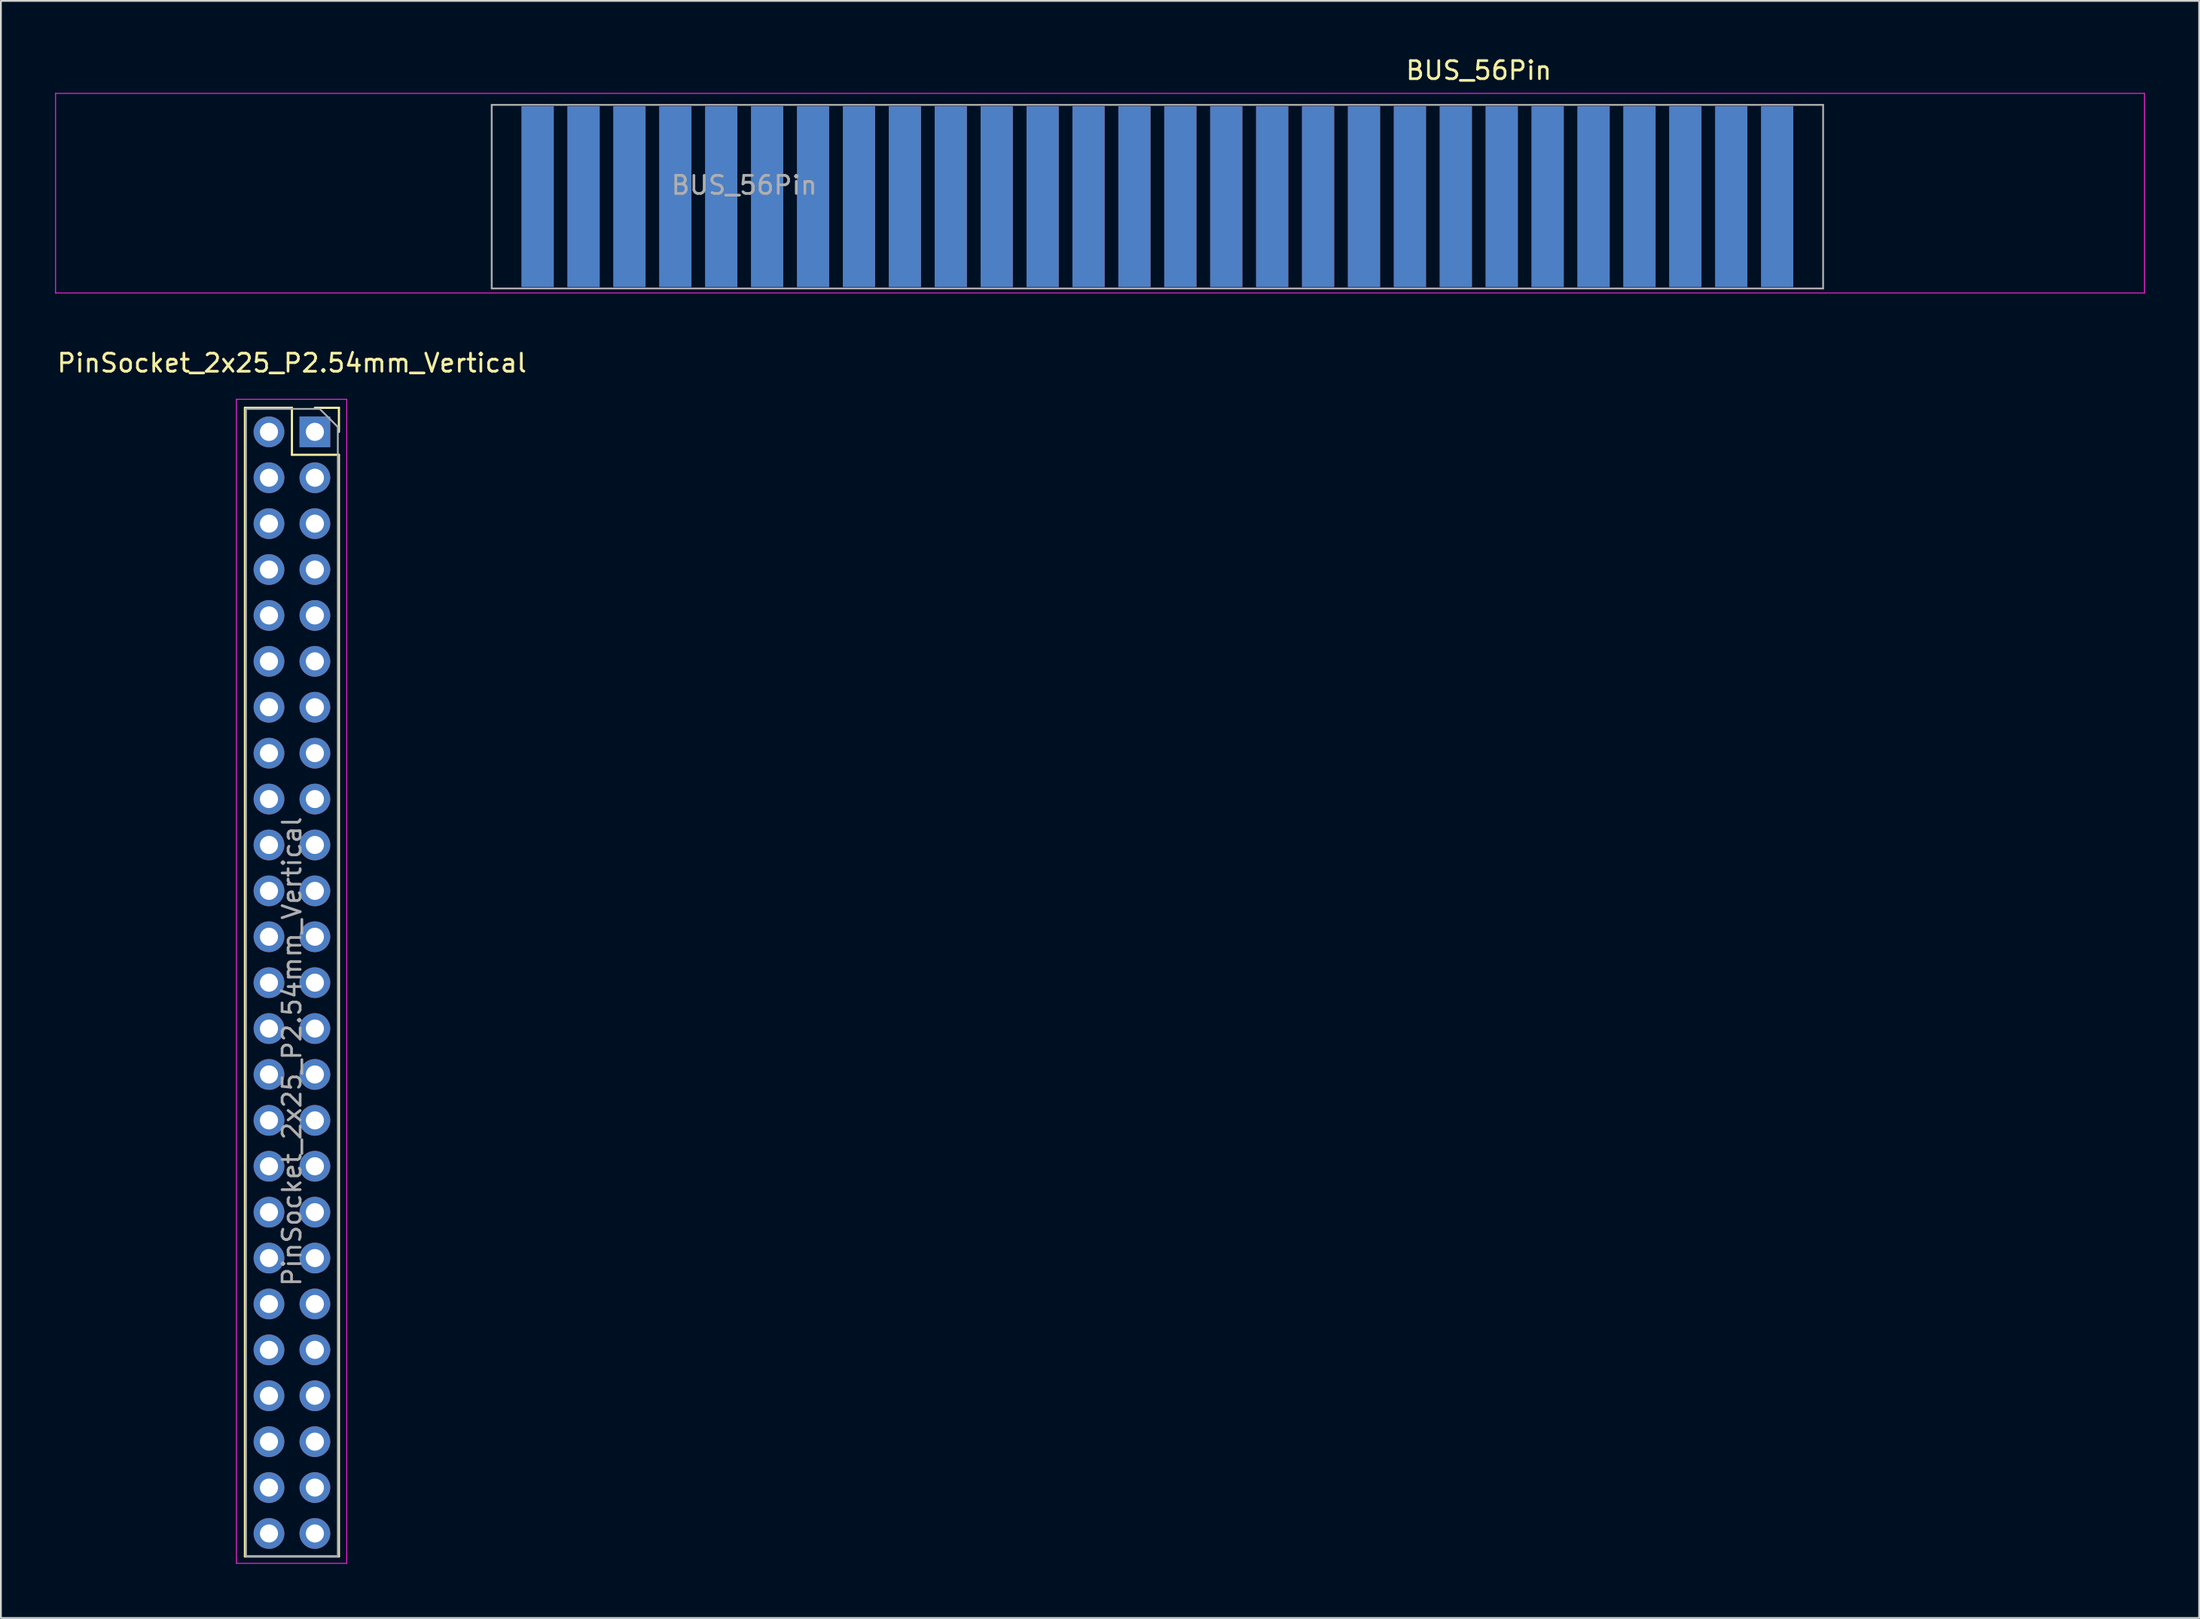
<source format=kicad_pcb>
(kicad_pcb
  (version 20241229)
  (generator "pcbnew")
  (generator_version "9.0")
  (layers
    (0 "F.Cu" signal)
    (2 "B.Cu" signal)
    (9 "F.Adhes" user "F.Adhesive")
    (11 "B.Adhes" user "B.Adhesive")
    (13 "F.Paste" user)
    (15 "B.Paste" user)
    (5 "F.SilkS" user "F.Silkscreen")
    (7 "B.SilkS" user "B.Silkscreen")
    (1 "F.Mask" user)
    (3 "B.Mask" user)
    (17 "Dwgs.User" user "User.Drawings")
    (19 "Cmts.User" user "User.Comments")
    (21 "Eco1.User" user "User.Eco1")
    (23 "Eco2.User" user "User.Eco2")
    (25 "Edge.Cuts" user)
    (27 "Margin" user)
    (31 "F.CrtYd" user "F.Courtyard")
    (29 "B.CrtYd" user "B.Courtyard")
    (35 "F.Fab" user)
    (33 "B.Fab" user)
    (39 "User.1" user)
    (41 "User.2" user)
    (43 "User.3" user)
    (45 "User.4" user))
  (footprint "PinSocket_2x25_P2.54mm_Vertical"
    (layer "F.Cu")
    (at 13.101 42.437)
    (property "Reference" "PinSocket_2x25_P2.54mm_Vertical" (at 0 -25.4 0) (layer "F.SilkS") (effects (font (size 1 1) (thickness 0.15))))
    (attr through_hole)
    (fp_line (start -2.6 -22.92) (end -2.6 40.64) (stroke (width 0.12) (type solid)) (layer "F.SilkS"))
    (fp_line (start -2.6 -22.92) (end 0 -22.92) (stroke (width 0.12) (type solid)) (layer "F.SilkS"))
    (fp_line (start -2.6 40.64) (end 2.6 40.64) (stroke (width 0.12) (type solid)) (layer "F.SilkS"))
    (fp_line (start 0 -22.92) (end 0 -20.32) (stroke (width 0.12) (type solid)) (layer "F.SilkS"))
    (fp_line (start 0 -20.32) (end 2.6 -20.32) (stroke (width 0.12) (type solid)) (layer "F.SilkS"))
    (fp_line (start 1.27 -22.92) (end 2.6 -22.92) (stroke (width 0.12) (type solid)) (layer "F.SilkS"))
    (fp_line (start 2.6 -22.92) (end 2.6 -21.59) (stroke (width 0.12) (type solid)) (layer "F.SilkS"))
    (fp_line (start 2.6 -20.32) (end 2.6 40.64) (stroke (width 0.12) (type solid)) (layer "F.SilkS"))
    (fp_line (start -3.07 -23.39) (end 3.03 -23.39) (stroke (width 0.05) (type solid)) (layer "F.CrtYd"))
    (fp_line (start -3.07 41.021) (end -3.07 -23.39) (stroke (width 0.05) (type solid)) (layer "F.CrtYd"))
    (fp_line (start 3.03 -23.39) (end 3.03 41.021) (stroke (width 0.05) (type solid)) (layer "F.CrtYd"))
    (fp_line (start 3.03 41.021) (end -3.07 41.021) (stroke (width 0.05) (type solid)) (layer "F.CrtYd"))
    (fp_line (start -2.54 -22.86) (end 1.54 -22.86) (stroke (width 0.1) (type solid)) (layer "F.Fab"))
    (fp_line (start -2.54 40.64) (end -2.54 -22.86) (stroke (width 0.1) (type solid)) (layer "F.Fab"))
    (fp_line (start 1.54 -22.86) (end 2.54 -21.86) (stroke (width 0.1) (type solid)) (layer "F.Fab"))
    (fp_line (start 2.54 -21.86) (end 2.54 40.64) (stroke (width 0.1) (type solid)) (layer "F.Fab"))
    (fp_line (start 2.54 40.64) (end -2.54 40.64) (stroke (width 0.1) (type solid)) (layer "F.Fab"))
    (fp_text user "${REFERENCE}" (at 0 12.7 90) (layer "F.Fab") (effects (font (size 1 1) (thickness 0.15))))
    (pad "a1" thru_hole rect (at 1.27 -21.59) (size 1.7 1.7) (drill 1) (layers "*.Cu" "*.Mask"))
    (pad "a2" thru_hole oval (at 1.27 -19.05) (size 1.7 1.7) (drill 1) (layers "*.Cu" "*.Mask"))
    (pad "a3" thru_hole oval (at 1.27 -16.51) (size 1.7 1.7) (drill 1) (layers "*.Cu" "*.Mask"))
    (pad "a4" thru_hole oval (at 1.27 -13.97) (size 1.7 1.7) (drill 1) (layers "*.Cu" "*.Mask"))
    (pad "a5" thru_hole oval (at 1.27 -11.43) (size 1.7 1.7) (drill 1) (layers "*.Cu" "*.Mask"))
    (pad "a6" thru_hole oval (at 1.27 -8.89) (size 1.7 1.7) (drill 1) (layers "*.Cu" "*.Mask"))
    (pad "a7" thru_hole oval (at 1.27 -6.35) (size 1.7 1.7) (drill 1) (layers "*.Cu" "*.Mask"))
    (pad "a8" thru_hole oval (at 1.27 -3.81) (size 1.7 1.7) (drill 1) (layers "*.Cu" "*.Mask"))
    (pad "a9" thru_hole oval (at 1.27 -1.27) (size 1.7 1.7) (drill 1) (layers "*.Cu" "*.Mask"))
    (pad "a10" thru_hole oval (at 1.27 1.27) (size 1.7 1.7) (drill 1) (layers "*.Cu" "*.Mask"))
    (pad "a11" thru_hole oval (at 1.27 3.81) (size 1.7 1.7) (drill 1) (layers "*.Cu" "*.Mask"))
    (pad "a12" thru_hole oval (at 1.27 6.35) (size 1.7 1.7) (drill 1) (layers "*.Cu" "*.Mask"))
    (pad "a13" thru_hole oval (at 1.27 8.89) (size 1.7 1.7) (drill 1) (layers "*.Cu" "*.Mask"))
    (pad "a14" thru_hole oval (at 1.27 11.43) (size 1.7 1.7) (drill 1) (layers "*.Cu" "*.Mask"))
    (pad "a15" thru_hole oval (at 1.27 13.97) (size 1.7 1.7) (drill 1) (layers "*.Cu" "*.Mask"))
    (pad "a16" thru_hole oval (at 1.27 16.51) (size 1.7 1.7) (drill 1) (layers "*.Cu" "*.Mask"))
    (pad "a17" thru_hole oval (at 1.27 19.05) (size 1.7 1.7) (drill 1) (layers "*.Cu" "*.Mask"))
    (pad "a18" thru_hole oval (at 1.27 21.59) (size 1.7 1.7) (drill 1) (layers "*.Cu" "*.Mask"))
    (pad "a19" thru_hole oval (at 1.27 24.13) (size 1.7 1.7) (drill 1) (layers "*.Cu" "*.Mask"))
    (pad "a20" thru_hole oval (at 1.27 26.67) (size 1.7 1.7) (drill 1) (layers "*.Cu" "*.Mask"))
    (pad "a21" thru_hole oval (at 1.27 29.21) (size 1.7 1.7) (drill 1) (layers "*.Cu" "*.Mask"))
    (pad "a22" thru_hole oval (at 1.27 31.75) (size 1.7 1.7) (drill 1) (layers "*.Cu" "*.Mask"))
    (pad "a23" thru_hole oval (at 1.27 34.29) (size 1.7 1.7) (drill 1) (layers "*.Cu" "*.Mask"))
    (pad "a24" thru_hole oval (at 1.27 36.83) (size 1.7 1.7) (drill 1) (layers "*.Cu" "*.Mask"))
    (pad "a25" thru_hole oval (at 1.27 39.37) (size 1.7 1.7) (drill 1) (layers "*.Cu" "*.Mask"))
    (pad "b1" thru_hole oval (at -1.27 -21.59) (size 1.7 1.7) (drill 1) (layers "*.Cu" "*.Mask"))
    (pad "b2" thru_hole oval (at -1.27 -19.05) (size 1.7 1.7) (drill 1) (layers "*.Cu" "*.Mask"))
    (pad "b3" thru_hole oval (at -1.27 -16.51) (size 1.7 1.7) (drill 1) (layers "*.Cu" "*.Mask"))
    (pad "b4" thru_hole oval (at -1.27 -13.97) (size 1.7 1.7) (drill 1) (layers "*.Cu" "*.Mask"))
    (pad "b5" thru_hole oval (at -1.27 -11.43) (size 1.7 1.7) (drill 1) (layers "*.Cu" "*.Mask"))
    (pad "b6" thru_hole oval (at -1.27 -8.89) (size 1.7 1.7) (drill 1) (layers "*.Cu" "*.Mask"))
    (pad "b7" thru_hole oval (at -1.27 -6.35) (size 1.7 1.7) (drill 1) (layers "*.Cu" "*.Mask"))
    (pad "b8" thru_hole oval (at -1.27 -3.81) (size 1.7 1.7) (drill 1) (layers "*.Cu" "*.Mask"))
    (pad "b9" thru_hole oval (at -1.27 -1.27) (size 1.7 1.7) (drill 1) (layers "*.Cu" "*.Mask"))
    (pad "b10" thru_hole oval (at -1.27 1.27) (size 1.7 1.7) (drill 1) (layers "*.Cu" "*.Mask"))
    (pad "b11" thru_hole oval (at -1.27 3.81) (size 1.7 1.7) (drill 1) (layers "*.Cu" "*.Mask"))
    (pad "b12" thru_hole oval (at -1.27 6.35) (size 1.7 1.7) (drill 1) (layers "*.Cu" "*.Mask"))
    (pad "b13" thru_hole oval (at -1.27 8.89) (size 1.7 1.7) (drill 1) (layers "*.Cu" "*.Mask"))
    (pad "b14" thru_hole oval (at -1.27 11.43) (size 1.7 1.7) (drill 1) (layers "*.Cu" "*.Mask"))
    (pad "b15" thru_hole oval (at -1.27 13.97) (size 1.7 1.7) (drill 1) (layers "*.Cu" "*.Mask"))
    (pad "b16" thru_hole oval (at -1.27 16.51) (size 1.7 1.7) (drill 1) (layers "*.Cu" "*.Mask"))
    (pad "b17" thru_hole oval (at -1.27 19.05) (size 1.7 1.7) (drill 1) (layers "*.Cu" "*.Mask"))
    (pad "b18" thru_hole oval (at -1.27 21.59) (size 1.7 1.7) (drill 1) (layers "*.Cu" "*.Mask"))
    (pad "b19" thru_hole oval (at -1.27 24.13) (size 1.7 1.7) (drill 1) (layers "*.Cu" "*.Mask"))
    (pad "b20" thru_hole oval (at -1.27 26.67) (size 1.7 1.7) (drill 1) (layers "*.Cu" "*.Mask"))
    (pad "b21" thru_hole oval (at -1.27 29.21) (size 1.7 1.7) (drill 1) (layers "*.Cu" "*.Mask"))
    (pad "b22" thru_hole oval (at -1.27 31.75) (size 1.7 1.7) (drill 1) (layers "*.Cu" "*.Mask"))
    (pad "b23" thru_hole oval (at -1.27 34.29) (size 1.7 1.7) (drill 1) (layers "*.Cu" "*.Mask"))
    (pad "b24" thru_hole oval (at -1.27 36.83) (size 1.7 1.7) (drill 1) (layers "*.Cu" "*.Mask"))
    (pad "b25" thru_hole oval (at -1.27 39.37) (size 1.7 1.7) (drill 1) (layers "*.Cu" "*.Mask")))
  (footprint "BUS_56Pin"
    (layer "F.Cu")
    (at 102.895 9.103)
    (property "Reference" "BUS_56Pin" (at -24.13 -8.255 0) (layer "F.SilkS") (effects (font (size 1 1) (thickness 0.15))))
    (attr exclude_from_pos_files exclude_from_bom)
    (fp_line (start -102.87 -6.985) (end 12.7 -6.985) (stroke (width 0.05) (type solid)) (layer "F.CrtYd"))
    (fp_line (start -102.87 4.06) (end -102.87 -6.985) (stroke (width 0.05) (type solid)) (layer "F.CrtYd"))
    (fp_line (start 12.7 4.06) (end -102.87 4.06) (stroke (width 0.05) (type solid)) (layer "F.CrtYd"))
    (fp_line (start 12.7 4.06) (end 12.7 -6.985) (stroke (width 0.05) (type solid)) (layer "F.CrtYd"))
    (fp_line (start -78.74 -6.35) (end -78.74 3.81) (stroke (width 0.1) (type solid)) (layer "F.Fab"))
    (fp_line (start -78.74 -6.35) (end -5.08 -6.35) (stroke (width 0.1) (type solid)) (layer "F.Fab"))
    (fp_line (start -5.08 -6.35) (end -5.08 3.81) (stroke (width 0.1) (type solid)) (layer "F.Fab"))
    (fp_line (start -5.08 3.81) (end -78.74 3.81) (stroke (width 0.1) (type solid)) (layer "F.Fab"))
    (fp_text user "${REFERENCE}" (at -64.77 -1.905 0) (layer "F.Fab") (effects (font (size 1 1) (thickness 0.15))))
    (pad "a1" connect rect (at -7.62 -1.27) (size 1.78 10) (layers "B.Cu" "B.Mask"))
    (pad "a2" connect rect (at -10.16 -1.27) (size 1.78 10) (layers "B.Cu" "B.Mask"))
    (pad "a3" connect rect (at -12.7 -1.27) (size 1.78 10) (layers "B.Cu" "B.Mask"))
    (pad "a4" connect rect (at -15.24 -1.27) (size 1.78 10) (layers "B.Cu" "B.Mask"))
    (pad "a5" connect rect (at -17.78 -1.27) (size 1.78 10) (layers "B.Cu" "B.Mask"))
    (pad "a6" connect rect (at -20.32 -1.27) (size 1.78 10) (layers "B.Cu" "B.Mask"))
    (pad "a7" connect rect (at -22.86 -1.27) (size 1.78 10) (layers "B.Cu" "B.Mask"))
    (pad "a8" connect rect (at -25.4 -1.27) (size 1.78 10) (layers "B.Cu" "B.Mask"))
    (pad "a9" connect rect (at -27.94 -1.27) (size 1.78 10) (layers "B.Cu" "B.Mask"))
    (pad "a10" connect rect (at -30.48 -1.27) (size 1.78 10) (layers "B.Cu" "B.Mask"))
    (pad "a11" connect rect (at -33.02 -1.27) (size 1.78 10) (layers "B.Cu" "B.Mask"))
    (pad "a12" connect rect (at -35.56 -1.27) (size 1.78 10) (layers "B.Cu" "B.Mask"))
    (pad "a13" connect rect (at -38.1 -1.27) (size 1.78 10) (layers "B.Cu" "B.Mask"))
    (pad "a14" connect rect (at -40.64 -1.27) (size 1.78 10) (layers "B.Cu" "B.Mask"))
    (pad "a15" connect rect (at -43.18 -1.27) (size 1.78 10) (layers "B.Cu" "B.Mask"))
    (pad "a16" connect rect (at -45.72 -1.27) (size 1.78 10) (layers "B.Cu" "B.Mask"))
    (pad "a17" connect rect (at -48.26 -1.27) (size 1.78 10) (layers "B.Cu" "B.Mask"))
    (pad "a18" connect rect (at -50.8 -1.27) (size 1.78 10) (layers "B.Cu" "B.Mask"))
    (pad "a19" connect rect (at -53.34 -1.27) (size 1.78 10) (layers "B.Cu" "B.Mask"))
    (pad "a20" connect rect (at -55.88 -1.27) (size 1.78 10) (layers "B.Cu" "B.Mask"))
    (pad "a21" connect rect (at -58.42 -1.27) (size 1.78 10) (layers "B.Cu" "B.Mask"))
    (pad "a22" connect rect (at -60.96 -1.27) (size 1.78 10) (layers "B.Cu" "B.Mask"))
    (pad "a23" connect rect (at -63.5 -1.27) (size 1.78 10) (layers "B.Cu" "B.Mask"))
    (pad "a24" connect rect (at -66.04 -1.27) (size 1.78 10) (layers "B.Cu" "B.Mask"))
    (pad "a25" connect rect (at -68.58 -1.27) (size 1.78 10) (layers "B.Cu" "B.Mask"))
    (pad "a26" connect rect (at -71.12 -1.27) (size 1.78 10) (layers "B.Cu" "B.Mask"))
    (pad "a27" connect rect (at -73.66 -1.27) (size 1.78 10) (layers "B.Cu" "B.Mask"))
    (pad "a28" connect rect (at -76.2 -1.27) (size 1.78 10) (layers "B.Cu" "B.Mask"))
    (pad "b1" connect rect (at -7.62 -1.27) (size 1.78 10) (layers "F.Cu" "F.Mask"))
    (pad "b2" connect rect (at -10.16 -1.27) (size 1.78 10) (layers "F.Cu" "F.Mask"))
    (pad "b3" connect rect (at -12.7 -1.27) (size 1.78 10) (layers "F.Cu" "F.Mask"))
    (pad "b4" connect rect (at -15.24 -1.27) (size 1.78 10) (layers "F.Cu" "F.Mask"))
    (pad "b5" connect rect (at -17.78 -1.27) (size 1.78 10) (layers "F.Cu" "F.Mask"))
    (pad "b6" connect rect (at -20.32 -1.27) (size 1.78 10) (layers "F.Cu" "F.Mask"))
    (pad "b7" connect rect (at -22.86 -1.27) (size 1.78 10) (layers "F.Cu" "F.Mask"))
    (pad "b8" connect rect (at -25.4 -1.27) (size 1.78 10) (layers "F.Cu" "F.Mask"))
    (pad "b9" connect rect (at -27.94 -1.27) (size 1.78 10) (layers "F.Cu" "F.Mask"))
    (pad "b10" connect rect (at -30.48 -1.27) (size 1.78 10) (layers "F.Cu" "F.Mask"))
    (pad "b11" connect rect (at -33.02 -1.27) (size 1.78 10) (layers "F.Cu" "F.Mask"))
    (pad "b12" connect rect (at -35.56 -1.27) (size 1.78 10) (layers "F.Cu" "F.Mask"))
    (pad "b13" connect rect (at -38.1 -1.27) (size 1.78 10) (layers "F.Cu" "F.Mask"))
    (pad "b14" connect rect (at -40.64 -1.27) (size 1.78 10) (layers "F.Cu" "F.Mask"))
    (pad "b15" connect rect (at -43.18 -1.27) (size 1.78 10) (layers "F.Cu" "F.Mask"))
    (pad "b16" connect rect (at -45.72 -1.27) (size 1.78 10) (layers "F.Cu" "F.Mask"))
    (pad "b17" connect rect (at -48.26 -1.27) (size 1.78 10) (layers "F.Cu" "F.Mask"))
    (pad "b18" connect rect (at -50.8 -1.27) (size 1.78 10) (layers "F.Cu" "F.Mask"))
    (pad "b19" connect rect (at -53.34 -1.27) (size 1.78 10) (layers "F.Cu" "F.Mask"))
    (pad "b20" connect rect (at -55.88 -1.27) (size 1.78 10) (layers "F.Cu" "F.Mask"))
    (pad "b21" connect rect (at -58.42 -1.27) (size 1.78 10) (layers "F.Cu" "F.Mask"))
    (pad "b22" connect rect (at -60.96 -1.27) (size 1.78 10) (layers "F.Cu" "F.Mask"))
    (pad "b23" connect rect (at -63.5 -1.27) (size 1.78 10) (layers "F.Cu" "F.Mask"))
    (pad "b24" connect rect (at -66.04 -1.27) (size 1.78 10) (layers "F.Cu" "F.Mask"))
    (pad "b25" connect rect (at -68.58 -1.27) (size 1.78 10) (layers "F.Cu" "F.Mask"))
    (pad "b26" connect rect (at -71.12 -1.27) (size 1.78 10) (layers "F.Cu" "F.Mask"))
    (pad "b27" connect rect (at -73.66 -1.27) (size 1.78 10) (layers "F.Cu" "F.Mask"))
    (pad "b28" connect rect (at -76.2 -1.27) (size 1.78 10) (layers "F.Cu" "F.Mask")))
  (gr_rect
    (start -3 -3)
    (end 118.62 86.483)
    (stroke (width 0.1) (type default))
    (fill no)
    (layer "Edge.Cuts")))
</source>
